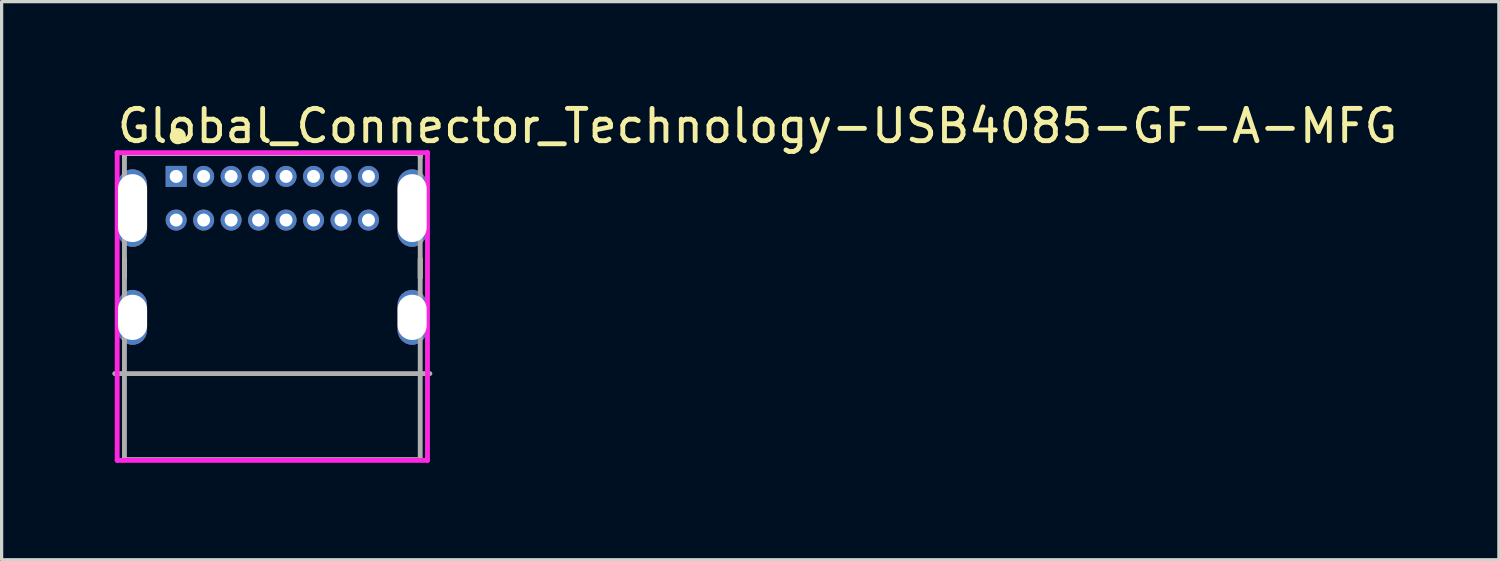
<source format=kicad_pcb>
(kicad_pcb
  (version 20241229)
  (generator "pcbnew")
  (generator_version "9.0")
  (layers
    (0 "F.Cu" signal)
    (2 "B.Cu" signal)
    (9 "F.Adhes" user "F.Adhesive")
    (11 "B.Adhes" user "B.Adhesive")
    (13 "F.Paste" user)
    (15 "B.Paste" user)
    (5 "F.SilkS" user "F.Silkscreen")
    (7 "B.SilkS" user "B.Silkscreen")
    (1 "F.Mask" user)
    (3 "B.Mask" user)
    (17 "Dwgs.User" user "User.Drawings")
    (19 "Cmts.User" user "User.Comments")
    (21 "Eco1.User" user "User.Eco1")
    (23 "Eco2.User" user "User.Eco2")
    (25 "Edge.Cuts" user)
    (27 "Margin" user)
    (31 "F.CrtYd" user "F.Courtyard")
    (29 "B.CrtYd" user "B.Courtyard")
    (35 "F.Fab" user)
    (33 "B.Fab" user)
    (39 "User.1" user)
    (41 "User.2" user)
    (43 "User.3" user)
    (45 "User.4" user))
  (footprint "Global_Connector_Technology-USB4085-GF-A-MFG"
    (layer "F.Cu")
    (at 5.375 6.433)
    (property "Reference" "Global_Connector_Technology-USB4085-GF-A-MFG" (at -4.875 -5.585 0) (layer "F.SilkS") (effects (font (size 1 1) (thickness 0.15)) (justify left)))
    (attr through_hole)
    (fp_line (start -4.575 -4.735) (end 4.575 -4.735) (stroke (width 0.15) (type solid)) (layer "F.SilkS"))
    (fp_line (start -4.575 -4.62) (end -4.575 -4.735) (stroke (width 0.15) (type solid)) (layer "F.SilkS"))
    (fp_line (start -4.575 -0.89) (end -4.575 -1.47) (stroke (width 0.15) (type solid)) (layer "F.SilkS"))
    (fp_line (start 4.575 -4.62) (end 4.575 -4.735) (stroke (width 0.15) (type solid)) (layer "F.SilkS"))
    (fp_line (start 4.575 -0.89) (end 4.575 -1.47) (stroke (width 0.15) (type solid)) (layer "F.SilkS"))
    (fp_circle (center -2.925 -5.27) (end -2.8 -5.27) (stroke (width 0.25) (type solid)) (fill no) (layer "F.SilkS"))
    (fp_line (start -4.8 -4.76) (end -4.8 4.76) (stroke (width 0.15) (type solid)) (layer "F.CrtYd"))
    (fp_line (start -4.8 4.76) (end 4.8 4.76) (stroke (width 0.15) (type solid)) (layer "F.CrtYd"))
    (fp_line (start 4.8 -4.76) (end -4.8 -4.76) (stroke (width 0.15) (type solid)) (layer "F.CrtYd"))
    (fp_line (start 4.8 -4.76) (end 4.8 -4.76) (stroke (width 0.15) (type solid)) (layer "F.CrtYd"))
    (fp_line (start 4.8 4.76) (end 4.8 -4.76) (stroke (width 0.15) (type solid)) (layer "F.CrtYd"))
    (fp_line (start -4.875 2.075) (end 4.875 2.075) (stroke (width 0.15) (type solid)) (layer "F.Fab"))
    (fp_line (start -4.575 -4.735) (end 4.575 -4.735) (stroke (width 0.15) (type solid)) (layer "F.Fab"))
    (fp_line (start -4.575 4.735) (end -4.575 -4.735) (stroke (width 0.15) (type solid)) (layer "F.Fab"))
    (fp_line (start 4.575 -4.735) (end 4.575 4.735) (stroke (width 0.15) (type solid)) (layer "F.Fab"))
    (fp_line (start 4.575 4.735) (end -4.575 4.735) (stroke (width 0.15) (type solid)) (layer "F.Fab"))
    (pad "1" thru_hole roundrect (at -4.325 -3.045) (size 0.9 2.4) (drill oval 2.1) (layers "*.Cu") (roundrect_rratio 0.5))
    (pad "2" thru_hole roundrect (at 4.325 -3.045) (size 0.9 2.4) (drill oval 2.1) (layers "*.Cu") (roundrect_rratio 0.5))
    (pad "3" thru_hole roundrect (at -4.325 0.335) (size 0.9 1.7) (drill oval 1.4) (layers "*.Cu") (roundrect_rratio 0.5))
    (pad "4" thru_hole roundrect (at 4.325 0.335) (size 0.9 1.7) (drill oval 1.4) (layers "*.Cu") (roundrect_rratio 0.5))
    (pad "A1" thru_hole rect (at -2.975 -4.025) (size 0.65 0.65) (drill 0.4) (layers "*.Cu"))
    (pad "A4" thru_hole circle (at -2.125 -4.025) (size 0.65 0.65) (drill 0.4) (layers "*.Cu"))
    (pad "A5" thru_hole circle (at -1.275 -4.025) (size 0.65 0.65) (drill 0.4) (layers "*.Cu"))
    (pad "A6" thru_hole circle (at -0.425 -4.025) (size 0.65 0.65) (drill 0.4) (layers "*.Cu"))
    (pad "A7" thru_hole circle (at 0.425 -4.025) (size 0.65 0.65) (drill 0.4) (layers "*.Cu"))
    (pad "A8" thru_hole circle (at 1.275 -4.025) (size 0.65 0.65) (drill 0.4) (layers "*.Cu"))
    (pad "A9" thru_hole circle (at 2.125 -4.025) (size 0.65 0.65) (drill 0.4) (layers "*.Cu"))
    (pad "A12" thru_hole circle (at 2.975 -4.025) (size 0.65 0.65) (drill 0.4) (layers "*.Cu"))
    (pad "B1" thru_hole circle (at 2.975 -2.675) (size 0.65 0.65) (drill 0.4) (layers "*.Cu"))
    (pad "B4" thru_hole circle (at 2.125 -2.675) (size 0.65 0.65) (drill 0.4) (layers "*.Cu"))
    (pad "B5" thru_hole circle (at 1.275 -2.675) (size 0.65 0.65) (drill 0.4) (layers "*.Cu"))
    (pad "B6" thru_hole circle (at 0.425 -2.675) (size 0.65 0.65) (drill 0.4) (layers "*.Cu"))
    (pad "B7" thru_hole circle (at -0.425 -2.675) (size 0.65 0.65) (drill 0.4) (layers "*.Cu"))
    (pad "B8" thru_hole circle (at -1.275 -2.675) (size 0.65 0.65) (drill 0.4) (layers "*.Cu"))
    (pad "B9" thru_hole circle (at -2.125 -2.675) (size 0.65 0.65) (drill 0.4) (layers "*.Cu"))
    (pad "B12" thru_hole circle (at -2.975 -2.675) (size 0.65 0.65) (drill 0.4) (layers "*.Cu")))
  (gr_rect
    (start -3 -3)
    (end 43.321 14.268)
    (stroke (width 0.1) (type default))
    (fill no)
    (layer "Edge.Cuts")))
</source>
